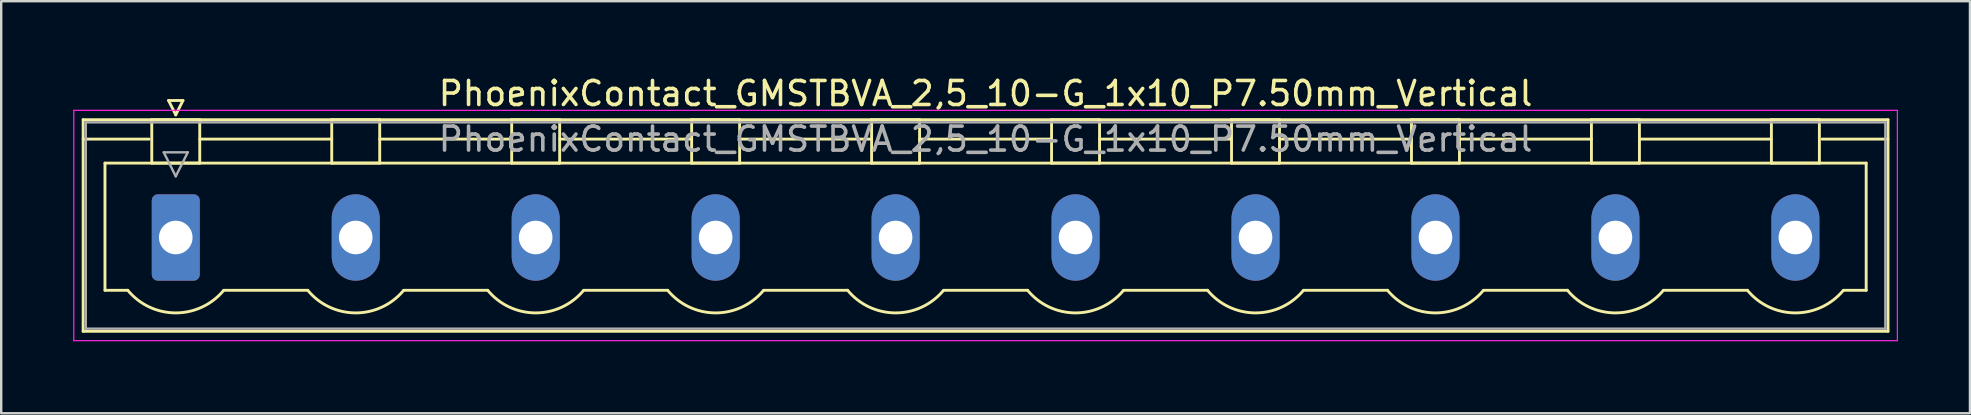
<source format=kicad_pcb>
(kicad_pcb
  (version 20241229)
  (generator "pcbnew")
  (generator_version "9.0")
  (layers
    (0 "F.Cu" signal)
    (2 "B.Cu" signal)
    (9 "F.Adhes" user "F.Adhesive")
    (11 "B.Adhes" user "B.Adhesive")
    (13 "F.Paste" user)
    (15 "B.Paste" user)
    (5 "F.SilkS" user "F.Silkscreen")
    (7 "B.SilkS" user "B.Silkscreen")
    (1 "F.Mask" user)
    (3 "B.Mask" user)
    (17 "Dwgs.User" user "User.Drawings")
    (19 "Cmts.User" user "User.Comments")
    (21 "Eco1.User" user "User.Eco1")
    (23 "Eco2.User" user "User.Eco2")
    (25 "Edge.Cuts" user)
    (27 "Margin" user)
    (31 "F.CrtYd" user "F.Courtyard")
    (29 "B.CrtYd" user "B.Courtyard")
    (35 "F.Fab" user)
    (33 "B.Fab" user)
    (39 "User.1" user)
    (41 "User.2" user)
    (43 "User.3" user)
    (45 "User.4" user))
  (footprint "PhoenixContact_GMSTBVA_2,5_10-G_1x10_P7.50mm_Vertical"
    (layer "F.Cu")
    (at 4.275 6.848)
    (property "Reference" "PhoenixContact_GMSTBVA_2,5_10-G_1x10_P7.50mm_Vertical" (at 33.75 -6 0) (layer "F.SilkS") (effects (font (size 1 1) (thickness 0.15))))
    (attr through_hole)
    (fp_line (start -3.86 -4.91) (end -3.86 3.91) (stroke (width 0.12) (type solid)) (layer "F.SilkS"))
    (fp_line (start -3.86 -4.1) (end -1.11 -4.1) (stroke (width 0.12) (type solid)) (layer "F.SilkS"))
    (fp_line (start -3.86 3.91) (end 71.36 3.91) (stroke (width 0.12) (type solid)) (layer "F.SilkS"))
    (fp_line (start -2.95 -3.1) (end 70.45 -3.1) (stroke (width 0.12) (type solid)) (layer "F.SilkS"))
    (fp_line (start -2.95 2.2) (end -2.95 -3.1) (stroke (width 0.12) (type solid)) (layer "F.SilkS"))
    (fp_line (start -2 2.2) (end -2.95 2.2) (stroke (width 0.12) (type solid)) (layer "F.SilkS"))
    (fp_line (start -1 -4.91) (end 1 -4.91) (stroke (width 0.12) (type solid)) (layer "F.SilkS"))
    (fp_line (start -1 -3.1) (end -1 -4.91) (stroke (width 0.12) (type solid)) (layer "F.SilkS"))
    (fp_line (start -0.3 -5.71) (end 0.3 -5.71) (stroke (width 0.12) (type solid)) (layer "F.SilkS"))
    (fp_line (start 0 -5.11) (end -0.3 -5.71) (stroke (width 0.12) (type solid)) (layer "F.SilkS"))
    (fp_line (start 0.3 -5.71) (end 0 -5.11) (stroke (width 0.12) (type solid)) (layer "F.SilkS"))
    (fp_line (start 1 -4.91) (end 1 -3.1) (stroke (width 0.12) (type solid)) (layer "F.SilkS"))
    (fp_line (start 1 -4.1) (end 6.5 -4.1) (stroke (width 0.12) (type solid)) (layer "F.SilkS"))
    (fp_line (start 1 -3.1) (end -1 -3.1) (stroke (width 0.12) (type solid)) (layer "F.SilkS"))
    (fp_line (start 2 2.2) (end 5.5 2.2) (stroke (width 0.12) (type solid)) (layer "F.SilkS"))
    (fp_line (start 6.5 -4.91) (end 8.5 -4.91) (stroke (width 0.12) (type solid)) (layer "F.SilkS"))
    (fp_line (start 6.5 -3.1) (end 6.5 -4.91) (stroke (width 0.12) (type solid)) (layer "F.SilkS"))
    (fp_line (start 8.5 -4.91) (end 8.5 -3.1) (stroke (width 0.12) (type solid)) (layer "F.SilkS"))
    (fp_line (start 8.5 -4.1) (end 14 -4.1) (stroke (width 0.12) (type solid)) (layer "F.SilkS"))
    (fp_line (start 8.5 -3.1) (end 6.5 -3.1) (stroke (width 0.12) (type solid)) (layer "F.SilkS"))
    (fp_line (start 9.5 2.2) (end 13 2.2) (stroke (width 0.12) (type solid)) (layer "F.SilkS"))
    (fp_line (start 14 -4.91) (end 16 -4.91) (stroke (width 0.12) (type solid)) (layer "F.SilkS"))
    (fp_line (start 14 -3.1) (end 14 -4.91) (stroke (width 0.12) (type solid)) (layer "F.SilkS"))
    (fp_line (start 16 -4.91) (end 16 -3.1) (stroke (width 0.12) (type solid)) (layer "F.SilkS"))
    (fp_line (start 16 -4.1) (end 21.5 -4.1) (stroke (width 0.12) (type solid)) (layer "F.SilkS"))
    (fp_line (start 16 -3.1) (end 14 -3.1) (stroke (width 0.12) (type solid)) (layer "F.SilkS"))
    (fp_line (start 17 2.2) (end 20.5 2.2) (stroke (width 0.12) (type solid)) (layer "F.SilkS"))
    (fp_line (start 21.5 -4.91) (end 23.5 -4.91) (stroke (width 0.12) (type solid)) (layer "F.SilkS"))
    (fp_line (start 21.5 -3.1) (end 21.5 -4.91) (stroke (width 0.12) (type solid)) (layer "F.SilkS"))
    (fp_line (start 23.5 -4.91) (end 23.5 -3.1) (stroke (width 0.12) (type solid)) (layer "F.SilkS"))
    (fp_line (start 23.5 -4.1) (end 29 -4.1) (stroke (width 0.12) (type solid)) (layer "F.SilkS"))
    (fp_line (start 23.5 -3.1) (end 21.5 -3.1) (stroke (width 0.12) (type solid)) (layer "F.SilkS"))
    (fp_line (start 24.5 2.2) (end 28 2.2) (stroke (width 0.12) (type solid)) (layer "F.SilkS"))
    (fp_line (start 29 -4.91) (end 31 -4.91) (stroke (width 0.12) (type solid)) (layer "F.SilkS"))
    (fp_line (start 29 -3.1) (end 29 -4.91) (stroke (width 0.12) (type solid)) (layer "F.SilkS"))
    (fp_line (start 31 -4.91) (end 31 -3.1) (stroke (width 0.12) (type solid)) (layer "F.SilkS"))
    (fp_line (start 31 -4.1) (end 36.5 -4.1) (stroke (width 0.12) (type solid)) (layer "F.SilkS"))
    (fp_line (start 31 -3.1) (end 29 -3.1) (stroke (width 0.12) (type solid)) (layer "F.SilkS"))
    (fp_line (start 32 2.2) (end 35.5 2.2) (stroke (width 0.12) (type solid)) (layer "F.SilkS"))
    (fp_line (start 36.5 -4.91) (end 38.5 -4.91) (stroke (width 0.12) (type solid)) (layer "F.SilkS"))
    (fp_line (start 36.5 -3.1) (end 36.5 -4.91) (stroke (width 0.12) (type solid)) (layer "F.SilkS"))
    (fp_line (start 38.5 -4.91) (end 38.5 -3.1) (stroke (width 0.12) (type solid)) (layer "F.SilkS"))
    (fp_line (start 38.5 -4.1) (end 44 -4.1) (stroke (width 0.12) (type solid)) (layer "F.SilkS"))
    (fp_line (start 38.5 -3.1) (end 36.5 -3.1) (stroke (width 0.12) (type solid)) (layer "F.SilkS"))
    (fp_line (start 39.5 2.2) (end 43 2.2) (stroke (width 0.12) (type solid)) (layer "F.SilkS"))
    (fp_line (start 44 -4.91) (end 46 -4.91) (stroke (width 0.12) (type solid)) (layer "F.SilkS"))
    (fp_line (start 44 -3.1) (end 44 -4.91) (stroke (width 0.12) (type solid)) (layer "F.SilkS"))
    (fp_line (start 46 -4.91) (end 46 -3.1) (stroke (width 0.12) (type solid)) (layer "F.SilkS"))
    (fp_line (start 46 -4.1) (end 51.5 -4.1) (stroke (width 0.12) (type solid)) (layer "F.SilkS"))
    (fp_line (start 46 -3.1) (end 44 -3.1) (stroke (width 0.12) (type solid)) (layer "F.SilkS"))
    (fp_line (start 47 2.2) (end 50.5 2.2) (stroke (width 0.12) (type solid)) (layer "F.SilkS"))
    (fp_line (start 51.5 -4.91) (end 53.5 -4.91) (stroke (width 0.12) (type solid)) (layer "F.SilkS"))
    (fp_line (start 51.5 -3.1) (end 51.5 -4.91) (stroke (width 0.12) (type solid)) (layer "F.SilkS"))
    (fp_line (start 53.5 -4.91) (end 53.5 -3.1) (stroke (width 0.12) (type solid)) (layer "F.SilkS"))
    (fp_line (start 53.5 -4.1) (end 59 -4.1) (stroke (width 0.12) (type solid)) (layer "F.SilkS"))
    (fp_line (start 53.5 -3.1) (end 51.5 -3.1) (stroke (width 0.12) (type solid)) (layer "F.SilkS"))
    (fp_line (start 54.5 2.2) (end 58 2.2) (stroke (width 0.12) (type solid)) (layer "F.SilkS"))
    (fp_line (start 59 -4.91) (end 61 -4.91) (stroke (width 0.12) (type solid)) (layer "F.SilkS"))
    (fp_line (start 59 -3.1) (end 59 -4.91) (stroke (width 0.12) (type solid)) (layer "F.SilkS"))
    (fp_line (start 61 -4.91) (end 61 -3.1) (stroke (width 0.12) (type solid)) (layer "F.SilkS"))
    (fp_line (start 61 -4.1) (end 66.5 -4.1) (stroke (width 0.12) (type solid)) (layer "F.SilkS"))
    (fp_line (start 61 -3.1) (end 59 -3.1) (stroke (width 0.12) (type solid)) (layer "F.SilkS"))
    (fp_line (start 62 2.2) (end 65.5 2.2) (stroke (width 0.12) (type solid)) (layer "F.SilkS"))
    (fp_line (start 66.5 -4.91) (end 68.5 -4.91) (stroke (width 0.12) (type solid)) (layer "F.SilkS"))
    (fp_line (start 66.5 -3.1) (end 66.5 -4.91) (stroke (width 0.12) (type solid)) (layer "F.SilkS"))
    (fp_line (start 68.5 -4.91) (end 68.5 -3.1) (stroke (width 0.12) (type solid)) (layer "F.SilkS"))
    (fp_line (start 68.5 -3.1) (end 66.5 -3.1) (stroke (width 0.12) (type solid)) (layer "F.SilkS"))
    (fp_line (start 70.45 -3.1) (end 70.45 2.2) (stroke (width 0.12) (type solid)) (layer "F.SilkS"))
    (fp_line (start 70.45 2.2) (end 69.5 2.2) (stroke (width 0.12) (type solid)) (layer "F.SilkS"))
    (fp_line (start 71.36 -4.91) (end -3.86 -4.91) (stroke (width 0.12) (type solid)) (layer "F.SilkS"))
    (fp_line (start 71.36 -4.1) (end 68.61 -4.1) (stroke (width 0.12) (type solid)) (layer "F.SilkS"))
    (fp_line (start 71.36 3.91) (end 71.36 -4.91) (stroke (width 0.12) (type solid)) (layer "F.SilkS"))
    (fp_arc (start 1.986842 2.215821) (mid -0.010289 3.142758) (end -2 2.2) (stroke (width 0.12) (type solid)) (layer "F.SilkS"))
    (fp_arc (start 9.486842 2.215821) (mid 7.489711 3.142758) (end 5.5 2.2) (stroke (width 0.12) (type solid)) (layer "F.SilkS"))
    (fp_arc (start 16.986842 2.215821) (mid 14.989711 3.142758) (end 13 2.2) (stroke (width 0.12) (type solid)) (layer "F.SilkS"))
    (fp_arc (start 24.486842 2.215821) (mid 22.489711 3.142758) (end 20.5 2.2) (stroke (width 0.12) (type solid)) (layer "F.SilkS"))
    (fp_arc (start 31.986842 2.215821) (mid 29.989711 3.142758) (end 28 2.2) (stroke (width 0.12) (type solid)) (layer "F.SilkS"))
    (fp_arc (start 39.486842 2.215821) (mid 37.489711 3.142758) (end 35.5 2.2) (stroke (width 0.12) (type solid)) (layer "F.SilkS"))
    (fp_arc (start 46.986842 2.215821) (mid 44.989711 3.142758) (end 43 2.2) (stroke (width 0.12) (type solid)) (layer "F.SilkS"))
    (fp_arc (start 54.486842 2.215821) (mid 52.489711 3.142758) (end 50.5 2.2) (stroke (width 0.12) (type solid)) (layer "F.SilkS"))
    (fp_arc (start 61.986842 2.215821) (mid 59.989711 3.142758) (end 58 2.2) (stroke (width 0.12) (type solid)) (layer "F.SilkS"))
    (fp_arc (start 69.486842 2.215821) (mid 67.489711 3.142758) (end 65.5 2.2) (stroke (width 0.12) (type solid)) (layer "F.SilkS"))
    (fp_line (start -4.25 -5.3) (end -4.25 4.3) (stroke (width 0.05) (type solid)) (layer "F.CrtYd"))
    (fp_line (start -4.25 4.3) (end 71.75 4.3) (stroke (width 0.05) (type solid)) (layer "F.CrtYd"))
    (fp_line (start 71.75 -5.3) (end -4.25 -5.3) (stroke (width 0.05) (type solid)) (layer "F.CrtYd"))
    (fp_line (start 71.75 4.3) (end 71.75 -5.3) (stroke (width 0.05) (type solid)) (layer "F.CrtYd"))
    (fp_line (start -3.75 -4.8) (end -3.75 3.8) (stroke (width 0.1) (type solid)) (layer "F.Fab"))
    (fp_line (start -3.75 3.8) (end 71.25 3.8) (stroke (width 0.1) (type solid)) (layer "F.Fab"))
    (fp_line (start -0.5 -3.55) (end 0.5 -3.55) (stroke (width 0.1) (type solid)) (layer "F.Fab"))
    (fp_line (start 0 -2.55) (end -0.5 -3.55) (stroke (width 0.1) (type solid)) (layer "F.Fab"))
    (fp_line (start 0.5 -3.55) (end 0 -2.55) (stroke (width 0.1) (type solid)) (layer "F.Fab"))
    (fp_line (start 71.25 -4.8) (end -3.75 -4.8) (stroke (width 0.1) (type solid)) (layer "F.Fab"))
    (fp_line (start 71.25 3.8) (end 71.25 -4.8) (stroke (width 0.1) (type solid)) (layer "F.Fab"))
    (fp_text user "${REFERENCE}" (at 33.75 -4.1 0) (layer "F.Fab") (effects (font (size 1 1) (thickness 0.15))))
    (pad "1" thru_hole roundrect (at 0 0) (size 2 3.6) (drill 1.4) (layers "*.Cu" "*.Mask") (roundrect_rratio 0.125))
    (pad "2" thru_hole oval (at 7.5 0) (size 2 3.6) (drill 1.4) (layers "*.Cu" "*.Mask"))
    (pad "3" thru_hole oval (at 15 0) (size 2 3.6) (drill 1.4) (layers "*.Cu" "*.Mask"))
    (pad "4" thru_hole oval (at 22.5 0) (size 2 3.6) (drill 1.4) (layers "*.Cu" "*.Mask"))
    (pad "5" thru_hole oval (at 30 0) (size 2 3.6) (drill 1.4) (layers "*.Cu" "*.Mask"))
    (pad "6" thru_hole oval (at 37.5 0) (size 2 3.6) (drill 1.4) (layers "*.Cu" "*.Mask"))
    (pad "7" thru_hole oval (at 45 0) (size 2 3.6) (drill 1.4) (layers "*.Cu" "*.Mask"))
    (pad "8" thru_hole oval (at 52.5 0) (size 2 3.6) (drill 1.4) (layers "*.Cu" "*.Mask"))
    (pad "9" thru_hole oval (at 60 0) (size 2 3.6) (drill 1.4) (layers "*.Cu" "*.Mask"))
    (pad "10" thru_hole oval (at 67.5 0) (size 2 3.6) (drill 1.4) (layers "*.Cu" "*.Mask")))
  (gr_rect
    (start -3 -3)
    (end 79.05 14.173)
    (stroke (width 0.1) (type default))
    (fill no)
    (layer "Edge.Cuts")))
</source>
